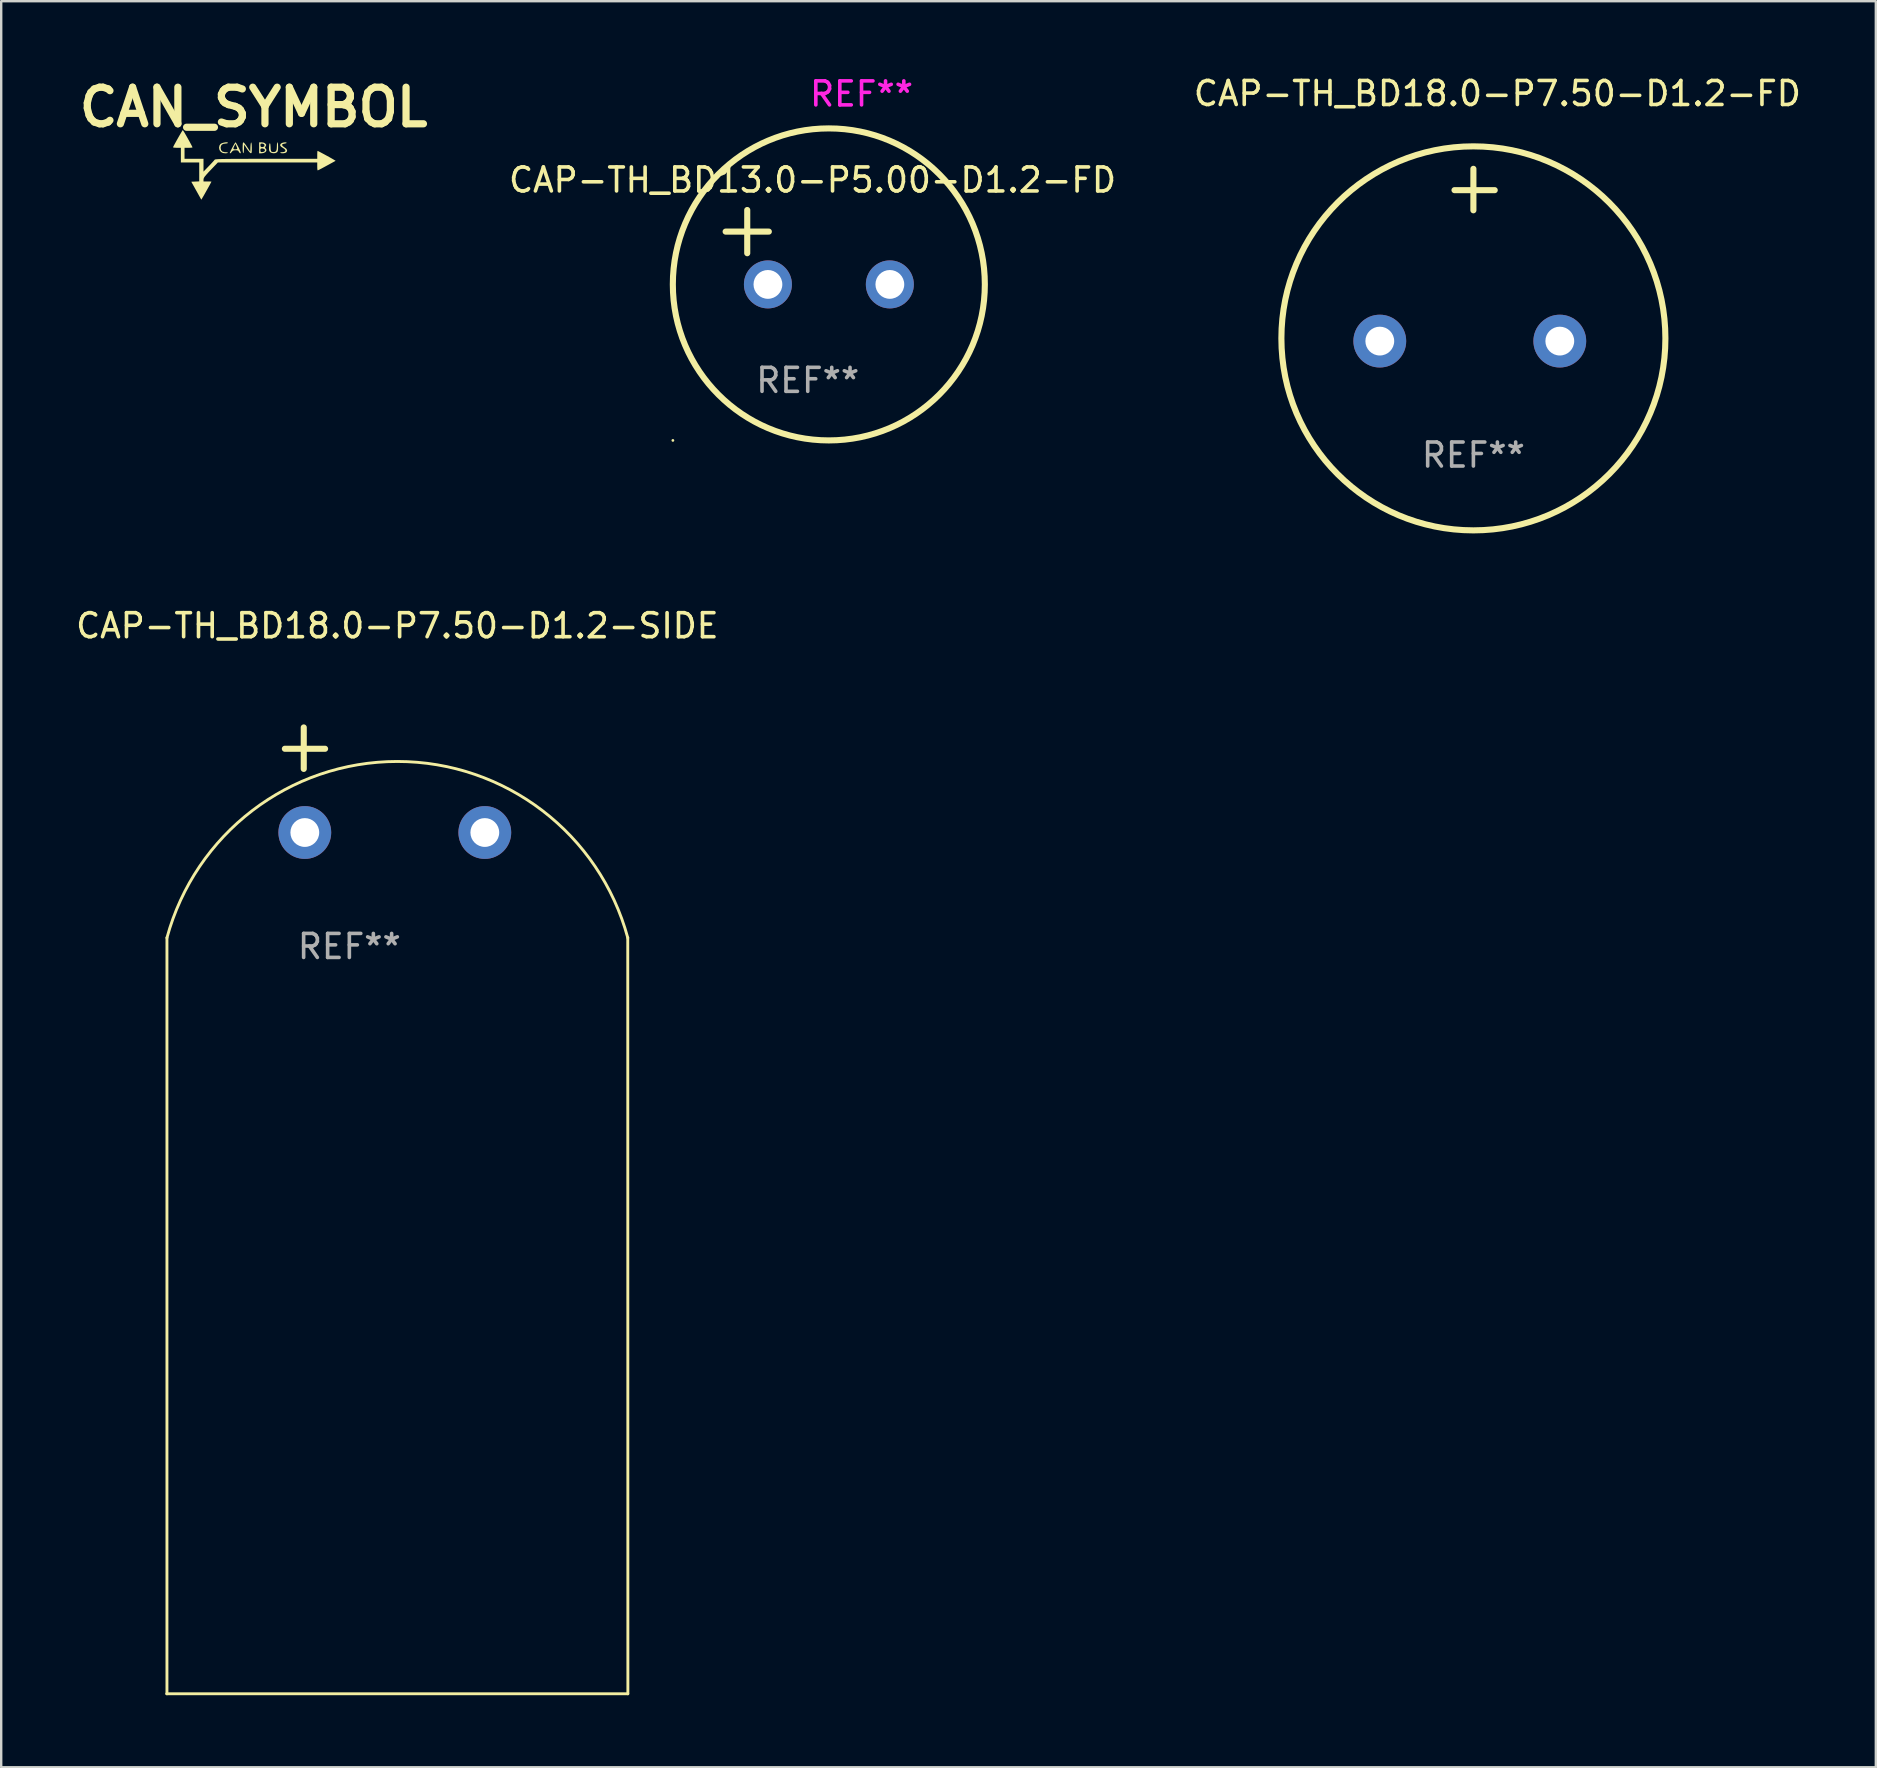
<source format=kicad_pcb>
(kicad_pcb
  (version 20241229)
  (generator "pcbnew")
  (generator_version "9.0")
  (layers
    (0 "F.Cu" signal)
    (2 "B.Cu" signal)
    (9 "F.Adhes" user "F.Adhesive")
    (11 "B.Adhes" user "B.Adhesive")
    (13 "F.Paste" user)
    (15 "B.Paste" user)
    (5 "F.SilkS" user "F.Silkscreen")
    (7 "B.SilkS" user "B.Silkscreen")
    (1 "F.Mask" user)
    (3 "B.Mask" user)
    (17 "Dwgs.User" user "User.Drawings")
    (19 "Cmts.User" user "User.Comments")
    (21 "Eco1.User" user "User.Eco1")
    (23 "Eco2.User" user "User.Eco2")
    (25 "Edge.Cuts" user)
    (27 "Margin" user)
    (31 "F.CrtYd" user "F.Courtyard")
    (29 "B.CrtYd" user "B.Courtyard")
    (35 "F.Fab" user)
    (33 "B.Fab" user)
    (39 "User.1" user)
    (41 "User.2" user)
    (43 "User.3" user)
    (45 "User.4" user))
  (footprint "CAP-TH_BD18.0-P7.50-D1.2-SIDE"
    (layer "F.Cu")
    (at 11.506 31.523)
    (property "Reference" "CAP-TH_BD18.0-P7.50-D1.2-SIDE" (at 2 -8.5 0) (layer "F.SilkS") (effects (font (size 1 1) (thickness 0.15))))
    (attr through_hole)
    (fp_line (start -7.6 36) (end -7.6 4.5) (stroke (width 0.12) (type solid)) (layer "F.SilkS"))
    (fp_line (start -1.9 -2.536) (end -1.9 -4.264) (stroke (width 0.254) (type solid)) (layer "F.SilkS"))
    (fp_line (start -1.011 -3.375) (end -2.687 -3.375) (stroke (width 0.254) (type solid)) (layer "F.SilkS"))
    (fp_line (start 11.6 4.5) (end 11.605 36) (stroke (width 0.12) (type solid)) (layer "F.SilkS"))
    (fp_line (start 11.6 36) (end -7.609 36) (stroke (width 0.12) (type solid)) (layer "F.SilkS"))
    (fp_arc (start -7.6 4.5) (mid 2 -2.845853) (end 11.6 4.5) (stroke (width 0.12) (type solid)) (layer "F.SilkS"))
    (fp_text user "REF**" (at 0 4.864 0) (layer "F.Fab") (effects (font (size 1 1) (thickness 0.15))))
    (pad "1" thru_hole circle (at -1.856 0.114) (size 2.2 2.2) (drill 1.2) (layers "*.Cu" "*.Mask"))
    (pad "2" thru_hole circle (at 5.644 0.114) (size 2.2 2.2) (drill 1.2) (layers "*.Cu" "*.Mask")))
  (footprint "CAP-TH_BD18.0-P7.50-D1.2-FD"
    (layer "F.Cu")
    (at 58.34 11.048)
    (property "Reference" "CAP-TH_BD18.0-P7.50-D1.2-FD" (at 1 -10.2 0) (layer "F.SilkS") (effects (font (size 1 1) (thickness 0.15))))
    (attr through_hole)
    (fp_line (start 0 -5.336) (end 0 -7.064) (stroke (width 0.254) (type solid)) (layer "F.SilkS"))
    (fp_line (start 0.889 -6.175) (end -0.787 -6.175) (stroke (width 0.254) (type solid)) (layer "F.SilkS"))
    (fp_circle (center 0 0) (end 8 0) (stroke (width 0.254) (type solid)) (fill no) (layer "F.SilkS"))
    (fp_text user "REF**" (at 0 4.864 0) (layer "F.Fab") (effects (font (size 1 1) (thickness 0.15))))
    (pad "1" thru_hole circle (at -3.9 0.114) (size 2.2 2.2) (drill 1.2) (layers "*.Cu" "*.Mask"))
    (pad "2" thru_hole circle (at 3.6 0.114) (size 2.2 2.2) (drill 1.2) (layers "*.Cu" "*.Mask")))
  (footprint "CAP-TH_BD13.0-P5.00-D1.2-FD"
    (layer "F.Cu")
    (at 30.605 7.25)
    (property "Reference" "CAP-TH_BD13.0-P5.00-D1.2-FD" (at 0.2 -2.8 0) (layer "F.SilkS") (effects (font (size 1 1) (thickness 0.15))))
    (attr through_hole)
    (fp_line (start -3.421 -0.65) (end -1.621 -0.65) (stroke (width 0.254) (type solid)) (layer "F.SilkS"))
    (fp_line (start -2.521 -1.55) (end -2.521 0.25) (stroke (width 0.254) (type solid)) (layer "F.SilkS"))
    (fp_circle (center -5.619 8.05) (end -5.589 8.05) (stroke (width 0.06) (type solid)) (fill no) (layer "F.SilkS"))
    (fp_circle (center 0.879 1.55) (end 7.379 1.55) (stroke (width 0.254) (type solid)) (fill no) (layer "F.SilkS"))
    (fp_text user "REF**" (at 0 -5.8 0) (unlocked yes) (layer "F.CrtYd") (effects (font (size 1 1) (thickness 0.15)) (justify left bottom)))
    (fp_text user "REF**" (at 0 5.55 0) (layer "F.Fab") (effects (font (size 1 1) (thickness 0.15))))
    (pad "1" thru_hole circle (at -1.659 1.55) (size 2 2) (drill 1.2) (layers "*.Cu" "*.Mask"))
    (pad "2" thru_hole circle (at 3.421 1.55) (size 2 2) (drill 1.2) (layers "*.Cu" "*.Mask")))
  (footprint "CAN_SYMBOL"
    (layer "F.Cu")
    (at 7.518 3.618)
    (property "Reference" "CAN_SYMBOL" (at 0 -2.2 0) (layer "F.SilkS") (effects (font (size 1.524 1.524) (thickness 0.3))))
    (attr board_only exclude_from_pos_files exclude_from_bom)
    (fp_poly (pts (xy -1.079 -0.73) (xy -1.07 -0.717) (xy -1.093 -0.698) (xy -1.15 -0.688) (xy -1.166 -0.688) (xy -1.275 -0.672) (xy -1.344 -0.623) (xy -1.374 -0.542) (xy -1.376 -0.512) (xy -1.358 -0.416) (xy -1.303 -0.354) (xy -1.211 -0.328) (xy -1.173 -0.327) (xy -1.109 -0.322) (xy -1.073 -0.31) (xy -1.07 -0.304) (xy -1.093 -0.29) (xy -1.15 -0.281) (xy -1.183 -0.28) (xy -1.283 -0.293) (xy -1.361 -0.336) (xy -1.367 -0.341) (xy -1.423 -0.419) (xy -1.442 -0.513) (xy -1.423 -0.606) (xy -1.384 -0.666) (xy -1.335 -0.696) (xy -1.266 -0.72) (xy -1.19 -0.736) (xy -1.122 -0.74)) (stroke (width 0) (type solid)) (fill yes) (layer "F.SilkS"))
    (fp_poly (pts (xy -0.4 -0.718) (xy -0.354 -0.664) (xy -0.297 -0.586) (xy -0.268 -0.542) (xy -0.14 -0.346) (xy -0.133 -0.542) (xy -0.125 -0.655) (xy -0.113 -0.719) (xy -0.101 -0.734) (xy -0.089 -0.703) (xy -0.08 -0.628) (xy -0.076 -0.508) (xy -0.076 -0.508) (xy -0.077 -0.398) (xy -0.082 -0.33) (xy -0.091 -0.295) (xy -0.107 -0.284) (xy -0.12 -0.285) (xy -0.154 -0.309) (xy -0.204 -0.366) (xy -0.263 -0.444) (xy -0.279 -0.468) (xy -0.395 -0.643) (xy -0.402 -0.462) (xy -0.41 -0.355) (xy -0.422 -0.296) (xy -0.435 -0.285) (xy -0.447 -0.318) (xy -0.455 -0.395) (xy -0.459 -0.51) (xy -0.456 -0.628) (xy -0.449 -0.701) (xy -0.436 -0.735) (xy -0.427 -0.738)) (stroke (width 0) (type solid)) (fill yes) (layer "F.SilkS"))
    (fp_poly (pts (xy 1.006 -0.715) (xy 1.015 -0.651) (xy 1.019 -0.558) (xy 1.019 -0.552) (xy 1.016 -0.446) (xy 1.006 -0.379) (xy 0.986 -0.337) (xy 0.972 -0.322) (xy 0.901 -0.288) (xy 0.811 -0.282) (xy 0.726 -0.305) (xy 0.687 -0.332) (xy 0.658 -0.37) (xy 0.643 -0.42) (xy 0.64 -0.496) (xy 0.642 -0.549) (xy 0.652 -0.647) (xy 0.667 -0.697) (xy 0.683 -0.698) (xy 0.697 -0.651) (xy 0.704 -0.555) (xy 0.709 -0.447) (xy 0.722 -0.381) (xy 0.747 -0.346) (xy 0.791 -0.333) (xy 0.826 -0.331) (xy 0.893 -0.341) (xy 0.936 -0.375) (xy 0.959 -0.441) (xy 0.968 -0.548) (xy 0.968 -0.584) (xy 0.972 -0.666) (xy 0.982 -0.722) (xy 0.994 -0.739)) (stroke (width 0) (type solid)) (fill yes) (layer "F.SilkS"))
    (fp_poly (pts (xy 1.367 -0.729) (xy 1.376 -0.715) (xy 1.353 -0.698) (xy 1.297 -0.685) (xy 1.28 -0.683) (xy 1.209 -0.666) (xy 1.184 -0.632) (xy 1.205 -0.587) (xy 1.272 -0.535) (xy 1.287 -0.527) (xy 1.365 -0.467) (xy 1.396 -0.404) (xy 1.379 -0.342) (xy 1.363 -0.322) (xy 1.314 -0.296) (xy 1.244 -0.282) (xy 1.173 -0.281) (xy 1.12 -0.295) (xy 1.109 -0.305) (xy 1.12 -0.321) (xy 1.17 -0.327) (xy 1.18 -0.326) (xy 1.271 -0.336) (xy 1.319 -0.367) (xy 1.323 -0.413) (xy 1.279 -0.466) (xy 1.231 -0.497) (xy 1.143 -0.555) (xy 1.104 -0.607) (xy 1.113 -0.657) (xy 1.143 -0.689) (xy 1.195 -0.717) (xy 1.261 -0.734) (xy 1.324 -0.739)) (stroke (width 0) (type solid)) (fill yes) (layer "F.SilkS"))
    (fp_poly (pts (xy -0.735 -0.717) (xy -0.701 -0.661) (xy -0.659 -0.584) (xy -0.615 -0.497) (xy -0.576 -0.412) (xy -0.547 -0.343) (xy -0.535 -0.301) (xy -0.535 -0.299) (xy -0.548 -0.278) (xy -0.577 -0.291) (xy -0.609 -0.33) (xy -0.616 -0.344) (xy -0.643 -0.385) (xy -0.687 -0.404) (xy -0.755 -0.408) (xy -0.833 -0.401) (xy -0.88 -0.376) (xy -0.907 -0.344) (xy -0.944 -0.3) (xy -0.977 -0.278) (xy -0.993 -0.287) (xy -0.994 -0.291) (xy -0.982 -0.327) (xy -0.953 -0.392) (xy -0.912 -0.474) (xy -0.9 -0.497) (xy -0.842 -0.497) (xy -0.839 -0.458) (xy -0.797 -0.445) (xy -0.739 -0.446) (xy -0.694 -0.46) (xy -0.682 -0.481) (xy -0.696 -0.524) (xy -0.72 -0.588) (xy -0.722 -0.593) (xy -0.756 -0.675) (xy -0.811 -0.569) (xy -0.842 -0.497) (xy -0.9 -0.497) (xy -0.866 -0.562) (xy -0.82 -0.643) (xy -0.782 -0.705) (xy -0.758 -0.737) (xy -0.755 -0.739)) (stroke (width 0) (type solid)) (fill yes) (layer "F.SilkS"))
    (fp_poly (pts (xy 0.432 -0.722) (xy 0.486 -0.686) (xy 0.521 -0.644) (xy 0.52 -0.609) (xy 0.5 -0.574) (xy 0.475 -0.527) (xy 0.482 -0.498) (xy 0.498 -0.483) (xy 0.533 -0.43) (xy 0.526 -0.375) (xy 0.483 -0.326) (xy 0.411 -0.292) (xy 0.326 -0.28) (xy 0.229 -0.28) (xy 0.229 -0.408) (xy 0.28 -0.408) (xy 0.287 -0.353) (xy 0.316 -0.333) (xy 0.354 -0.331) (xy 0.418 -0.344) (xy 0.459 -0.369) (xy 0.474 -0.417) (xy 0.447 -0.457) (xy 0.388 -0.481) (xy 0.354 -0.484) (xy 0.302 -0.477) (xy 0.282 -0.447) (xy 0.28 -0.408) (xy 0.229 -0.408) (xy 0.229 -0.628) (xy 0.28 -0.628) (xy 0.291 -0.565) (xy 0.33 -0.54) (xy 0.381 -0.54) (xy 0.437 -0.564) (xy 0.454 -0.596) (xy 0.443 -0.649) (xy 0.391 -0.681) (xy 0.338 -0.687) (xy 0.292 -0.675) (xy 0.28 -0.628) (xy 0.229 -0.628) (xy 0.229 -0.739) (xy 0.331 -0.739)) (stroke (width 0) (type solid)) (fill yes) (layer "F.SilkS"))
    (fp_poly (pts (xy -2.935 -1.227) (xy -2.899 -1.171) (xy -2.85 -1.087) (xy -2.792 -0.986) (xy -2.731 -0.877) (xy -2.671 -0.769) (xy -2.618 -0.67) (xy -2.576 -0.591) (xy -2.552 -0.54) (xy -2.548 -0.526) (xy -2.571 -0.518) (xy -2.632 -0.512) (xy -2.713 -0.51) (xy -2.879 -0.51) (xy -2.879 -0.051) (xy -2.089 -0.051) (xy -2.089 0.482) (xy -1.866 0.251) (xy -1.779 0.16) (xy -1.705 0.08) (xy -1.65 0.019) (xy -1.623 -0.014) (xy -1.623 -0.015) (xy -1.613 -0.022) (xy -1.589 -0.027) (xy -1.549 -0.032) (xy -1.489 -0.036) (xy -1.406 -0.04) (xy -1.296 -0.043) (xy -1.158 -0.045) (xy -0.988 -0.047) (xy -0.782 -0.049) (xy -0.539 -0.05) (xy -0.254 -0.05) (xy 0.076 -0.051) (xy 0.452 -0.051) (xy 0.524 -0.051) (xy 2.65 -0.051) (xy 2.65 -0.217) (xy 2.652 -0.301) (xy 2.657 -0.361) (xy 2.664 -0.382) (xy 2.69 -0.371) (xy 2.752 -0.339) (xy 2.838 -0.293) (xy 2.941 -0.238) (xy 3.051 -0.178) (xy 3.157 -0.12) (xy 3.251 -0.067) (xy 3.323 -0.025) (xy 3.333 -0.019) (xy 3.417 0.032) (xy 3.052 0.232) (xy 2.929 0.299) (xy 2.821 0.357) (xy 2.736 0.401) (xy 2.683 0.427) (xy 2.669 0.433) (xy 2.659 0.41) (xy 2.652 0.349) (xy 2.65 0.268) (xy 2.65 0.102) (xy 0.58 0.102) (xy -1.49 0.101) (xy -1.789 0.414) (xy -1.901 0.532) (xy -1.981 0.622) (xy -2.036 0.688) (xy -2.068 0.738) (xy -2.084 0.778) (xy -2.088 0.809) (xy -2.089 0.892) (xy -1.923 0.892) (xy -1.839 0.893) (xy -1.779 0.896) (xy -1.758 0.9) (xy -1.77 0.924) (xy -1.801 0.983) (xy -1.847 1.068) (xy -1.903 1.169) (xy -1.963 1.276) (xy -2.022 1.381) (xy -2.075 1.475) (xy -2.117 1.546) (xy -2.134 1.575) (xy -2.18 1.652) (xy -2.389 1.278) (xy -2.598 0.904) (xy -2.433 0.897) (xy -2.267 0.889) (xy -2.267 0.102) (xy -3.032 0.102) (xy -3.032 -0.51) (xy -3.199 -0.51) (xy -3.283 -0.513) (xy -3.34 -0.521) (xy -3.359 -0.532) (xy -3.339 -0.574) (xy -3.301 -0.647) (xy -3.249 -0.741) (xy -3.19 -0.847) (xy -3.128 -0.957) (xy -3.068 -1.061) (xy -3.016 -1.15) (xy -2.976 -1.215) (xy -2.954 -1.247) (xy -2.952 -1.248)) (stroke (width 0) (type solid)) (fill yes) (layer "F.SilkS")))
  (gr_rect
    (start -3 -3)
    (end 75.108 70.584)
    (stroke (width 0.1) (type default))
    (fill no)
    (layer "Edge.Cuts")))
</source>
